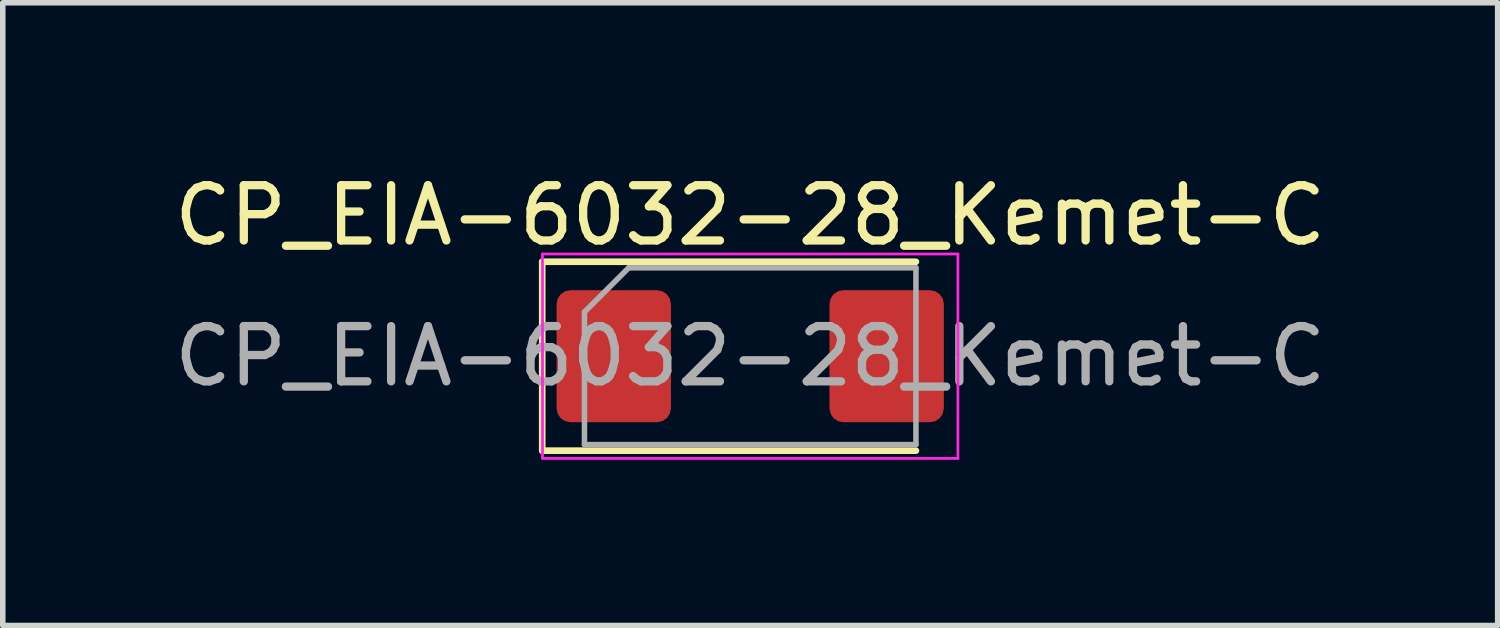
<source format=kicad_pcb>
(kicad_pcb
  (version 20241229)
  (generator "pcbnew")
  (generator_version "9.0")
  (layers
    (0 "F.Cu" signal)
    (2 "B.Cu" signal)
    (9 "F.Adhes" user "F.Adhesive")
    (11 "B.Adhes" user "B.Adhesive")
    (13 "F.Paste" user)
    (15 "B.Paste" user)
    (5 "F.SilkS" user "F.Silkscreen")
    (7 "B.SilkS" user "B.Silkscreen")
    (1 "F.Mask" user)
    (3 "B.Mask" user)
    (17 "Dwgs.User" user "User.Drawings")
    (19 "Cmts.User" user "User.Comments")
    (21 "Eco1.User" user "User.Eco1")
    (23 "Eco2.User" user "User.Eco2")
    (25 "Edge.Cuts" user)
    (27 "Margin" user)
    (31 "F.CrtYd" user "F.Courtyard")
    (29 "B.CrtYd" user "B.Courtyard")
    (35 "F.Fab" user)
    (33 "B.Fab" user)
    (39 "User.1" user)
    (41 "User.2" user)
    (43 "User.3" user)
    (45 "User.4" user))
  (footprint "CP_EIA-6032-28_Kemet-C"
    (layer "F.Cu")
    (at 10.53 3.398)
    (property "Reference" "CP_EIA-6032-28_Kemet-C" (at 0 -2.55 0) (layer "F.SilkS") (effects (font (size 1 1) (thickness 0.15))))
    (attr smd)
    (fp_line (start -3.765 -1.71) (end -3.765 1.71) (stroke (width 0.12) (type solid)) (layer "F.SilkS"))
    (fp_line (start -3.765 1.71) (end 3 1.71) (stroke (width 0.12) (type solid)) (layer "F.SilkS"))
    (fp_line (start 3 -1.71) (end -3.765 -1.71) (stroke (width 0.12) (type solid)) (layer "F.SilkS"))
    (fp_line (start -3.76 -1.85) (end 3.76 -1.85) (stroke (width 0.05) (type solid)) (layer "F.CrtYd"))
    (fp_line (start -3.76 1.85) (end -3.76 -1.85) (stroke (width 0.05) (type solid)) (layer "F.CrtYd"))
    (fp_line (start 3.76 -1.85) (end 3.76 1.85) (stroke (width 0.05) (type solid)) (layer "F.CrtYd"))
    (fp_line (start 3.76 1.85) (end -3.76 1.85) (stroke (width 0.05) (type solid)) (layer "F.CrtYd"))
    (fp_line (start -3 -0.8) (end -3 1.6) (stroke (width 0.1) (type solid)) (layer "F.Fab"))
    (fp_line (start -3 1.6) (end 3 1.6) (stroke (width 0.1) (type solid)) (layer "F.Fab"))
    (fp_line (start -2.2 -1.6) (end -3 -0.8) (stroke (width 0.1) (type solid)) (layer "F.Fab"))
    (fp_line (start 3 -1.6) (end -2.2 -1.6) (stroke (width 0.1) (type solid)) (layer "F.Fab"))
    (fp_line (start 3 1.6) (end 3 -1.6) (stroke (width 0.1) (type solid)) (layer "F.Fab"))
    (fp_text user "${REFERENCE}" (at 0 0 0) (layer "F.Fab") (effects (font (size 1 1) (thickness 0.15))))
    (pad "1" smd roundrect (at -2.47 0) (size 2.07 2.39) (layers "F.Cu" "F.Mask" "F.Paste") (roundrect_rratio 0.121))
    (pad "2" smd roundrect (at 2.47 0) (size 2.07 2.39) (layers "F.Cu" "F.Mask" "F.Paste") (roundrect_rratio 0.121)))
  (gr_rect
    (start -3 -3)
    (end 24.06 8.273)
    (stroke (width 0.1) (type default))
    (fill no)
    (layer "Edge.Cuts")))
</source>
